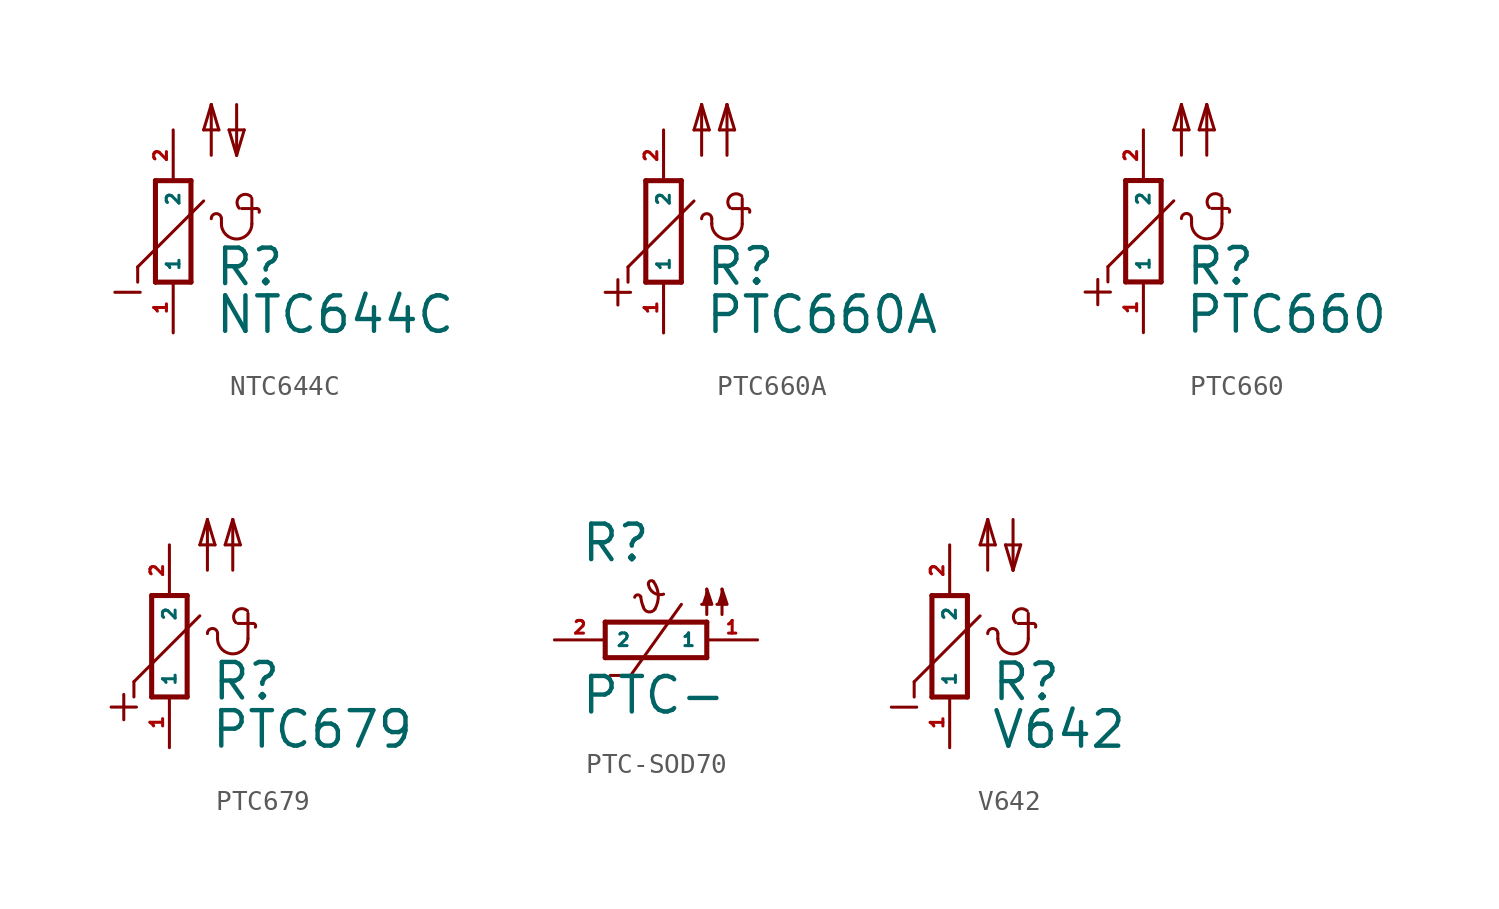
<source format=kicad_sym>
(kicad_symbol_lib
  (version 20220914)
  (generator kicad_symbol_editor)
  (symbol "NTC644C"
    (property "Reference" "R"
      (at 2.032 -2.819 0)
      (effects (font (size 1.778 1.778) (thickness 0.22)) (justify left bottom)))
    (property "Value" "NTC644C"
      (at 2.032 -5.207 0)
      (effects (font (size 1.778 1.778) (thickness 0.22)) (justify left bottom)))
    (symbol "NTC644C_1_1"
      (polyline (pts (xy -2.921 -3.048) (xy -1.651 -3.048)) (stroke (width 0.152) (type default)) (fill (type none)))
      (polyline (pts (xy -1.778 -1.778) (xy -1.778 -2.54)) (stroke (width 0.152) (type default)) (fill (type none)))
      (polyline (pts (xy -0.889 2.54) (xy -0.889 -2.54)) (stroke (width 0.254) (type default)) (fill (type none)))
      (polyline (pts (xy 0.889 -2.54) (xy -0.889 -2.54)) (stroke (width 0.254) (type default)) (fill (type none)))
      (polyline (pts (xy 0.889 -2.54) (xy 0.889 2.54)) (stroke (width 0.254) (type default)) (fill (type none)))
      (polyline (pts (xy 0.889 2.54) (xy -0.889 2.54)) (stroke (width 0.254) (type default)) (fill (type none)))
      (polyline (pts (xy 1.524 1.524) (xy -1.778 -1.778)) (stroke (width 0.152) (type default)) (fill (type none)))
      (polyline (pts (xy 1.524 5.08) (xy 1.905 6.35)) (stroke (width 0.152) (type default)) (fill (type none)))
      (polyline (pts (xy 1.905 3.81) (xy 1.905 6.35)) (stroke (width 0.152) (type default)) (fill (type none)))
      (polyline (pts (xy 1.905 6.35) (xy 2.286 5.08)) (stroke (width 0.152) (type default)) (fill (type none)))
      (polyline (pts (xy 2.286 5.08) (xy 1.524 5.08)) (stroke (width 0.152) (type default)) (fill (type none)))
      (polyline (pts (xy 2.413 0.381) (xy 2.413 0.635)) (stroke (width 0.152) (type default)) (fill (type none)))
      (polyline (pts (xy 2.794 5.08) (xy 3.175 3.81)) (stroke (width 0.152) (type default)) (fill (type none)))
      (polyline (pts (xy 3.175 3.81) (xy 3.556 5.08)) (stroke (width 0.152) (type default)) (fill (type none)))
      (polyline (pts (xy 3.175 6.35) (xy 3.175 3.81)) (stroke (width 0.152) (type default)) (fill (type none)))
      (polyline (pts (xy 3.429 1.143) (xy 4.191 1.143)) (stroke (width 0.152) (type default)) (fill (type none)))
      (polyline (pts (xy 3.556 5.08) (xy 2.794 5.08)) (stroke (width 0.152) (type default)) (fill (type none)))
      (polyline (pts (xy 3.937 0.381) (xy 3.937 1.651)) (stroke (width 0.152) (type default)) (fill (type none)))
      (arc (start 2.413 0.381) (mid 3.175 -0.3777) (end 3.937 0.381) (stroke (width 0.1524) (type default)) (fill (type none)))
      (arc (start 2.413 0.635) (mid 2.159 0.8879) (end 1.905 0.635) (stroke (width 0.1524) (type default)) (fill (type none)))
      (arc (start 3.8884 1.745) (mid 3.3172 1.7372) (end 3.3042 1.1608) (stroke (width 0.1524) (type default)) (fill (type none)))
      (arc (start 4.3047 0.9591) (mid 4.299 1.083) (end 4.191 1.143) (stroke (width 0.1524) (type default)) (fill (type none)))
      (pin passive line (at 0 -5.08 90) (length 2.54) (name "1" (effects (font (size 0.635 0.635)))) (number "1" (effects (font (size 0.635 0.635)))))
      (pin passive line (at 0 5.08 270) (length 2.54) (name "2" (effects (font (size 0.635 0.635)))) (number "2" (effects (font (size 0.635 0.635)))))))
  (symbol "PTC660A"
    (property "Reference" "R"
      (at 2.057 -2.794 0)
      (effects (font (size 1.778 1.778) (thickness 0.22)) (justify left bottom)))
    (property "Value" "PTC660A"
      (at 2.032 -5.207 0)
      (effects (font (size 1.778 1.778) (thickness 0.22)) (justify left bottom)))
    (symbol "PTC660A_1_1"
      (polyline (pts (xy -2.921 -3.048) (xy -1.651 -3.048)) (stroke (width 0.152) (type default)) (fill (type none)))
      (polyline (pts (xy -2.286 -2.413) (xy -2.286 -3.683)) (stroke (width 0.152) (type default)) (fill (type none)))
      (polyline (pts (xy -1.778 -1.778) (xy -1.778 -2.54)) (stroke (width 0.152) (type default)) (fill (type none)))
      (polyline (pts (xy -0.889 2.54) (xy -0.889 -2.54)) (stroke (width 0.254) (type default)) (fill (type none)))
      (polyline (pts (xy 0.889 -2.54) (xy -0.889 -2.54)) (stroke (width 0.254) (type default)) (fill (type none)))
      (polyline (pts (xy 0.889 -2.54) (xy 0.889 2.54)) (stroke (width 0.254) (type default)) (fill (type none)))
      (polyline (pts (xy 0.889 2.54) (xy -0.889 2.54)) (stroke (width 0.254) (type default)) (fill (type none)))
      (polyline (pts (xy 1.524 1.524) (xy -1.778 -1.778)) (stroke (width 0.152) (type default)) (fill (type none)))
      (polyline (pts (xy 1.524 5.08) (xy 2.286 5.08)) (stroke (width 0.152) (type default)) (fill (type none)))
      (polyline (pts (xy 1.905 3.81) (xy 1.905 6.35)) (stroke (width 0.152) (type default)) (fill (type none)))
      (polyline (pts (xy 1.905 6.35) (xy 1.524 5.08)) (stroke (width 0.152) (type default)) (fill (type none)))
      (polyline (pts (xy 2.286 5.08) (xy 1.905 6.35)) (stroke (width 0.152) (type default)) (fill (type none)))
      (polyline (pts (xy 2.413 0.381) (xy 2.413 0.635)) (stroke (width 0.152) (type default)) (fill (type none)))
      (polyline (pts (xy 2.794 5.08) (xy 3.175 6.35)) (stroke (width 0.152) (type default)) (fill (type none)))
      (polyline (pts (xy 3.175 3.81) (xy 3.175 6.35)) (stroke (width 0.152) (type default)) (fill (type none)))
      (polyline (pts (xy 3.175 6.35) (xy 3.556 5.08)) (stroke (width 0.152) (type default)) (fill (type none)))
      (polyline (pts (xy 3.429 1.143) (xy 4.191 1.143)) (stroke (width 0.152) (type default)) (fill (type none)))
      (polyline (pts (xy 3.556 5.08) (xy 2.794 5.08)) (stroke (width 0.152) (type default)) (fill (type none)))
      (polyline (pts (xy 3.937 0.381) (xy 3.937 1.651)) (stroke (width 0.152) (type default)) (fill (type none)))
      (arc (start 2.413 0.381) (mid 3.175 -0.3777) (end 3.937 0.381) (stroke (width 0.1524) (type default)) (fill (type none)))
      (arc (start 2.413 0.635) (mid 2.159 0.8879) (end 1.905 0.635) (stroke (width 0.1524) (type default)) (fill (type none)))
      (arc (start 3.9138 1.7704) (mid 3.3426 1.7626) (end 3.3296 1.1862) (stroke (width 0.1524) (type default)) (fill (type none)))
      (arc (start 4.3047 0.9591) (mid 4.299 1.083) (end 4.191 1.143) (stroke (width 0.1524) (type default)) (fill (type none)))
      (pin passive line (at 0 -5.08 90) (length 2.54) (name "1" (effects (font (size 0.635 0.635)))) (number "1" (effects (font (size 0.635 0.635)))))
      (pin passive line (at 0 5.08 270) (length 2.54) (name "2" (effects (font (size 0.635 0.635)))) (number "2" (effects (font (size 0.635 0.635)))))))
  (symbol "PTC660"
    (property "Reference" "R"
      (at 2.057 -2.794 0)
      (effects (font (size 1.778 1.778) (thickness 0.22)) (justify left bottom)))
    (property "Value" "PTC660"
      (at 2.032 -5.207 0)
      (effects (font (size 1.778 1.778) (thickness 0.22)) (justify left bottom)))
    (symbol "PTC660_1_1"
      (polyline (pts (xy -2.921 -3.048) (xy -1.651 -3.048)) (stroke (width 0.152) (type default)) (fill (type none)))
      (polyline (pts (xy -2.286 -2.413) (xy -2.286 -3.683)) (stroke (width 0.152) (type default)) (fill (type none)))
      (polyline (pts (xy -1.778 -1.778) (xy -1.778 -2.54)) (stroke (width 0.152) (type default)) (fill (type none)))
      (polyline (pts (xy -0.889 2.54) (xy -0.889 -2.54)) (stroke (width 0.254) (type default)) (fill (type none)))
      (polyline (pts (xy 0.889 -2.54) (xy -0.889 -2.54)) (stroke (width 0.254) (type default)) (fill (type none)))
      (polyline (pts (xy 0.889 -2.54) (xy 0.889 2.54)) (stroke (width 0.254) (type default)) (fill (type none)))
      (polyline (pts (xy 0.889 2.54) (xy -0.889 2.54)) (stroke (width 0.254) (type default)) (fill (type none)))
      (polyline (pts (xy 1.524 1.524) (xy -1.778 -1.778)) (stroke (width 0.152) (type default)) (fill (type none)))
      (polyline (pts (xy 1.524 5.08) (xy 2.286 5.08)) (stroke (width 0.152) (type default)) (fill (type none)))
      (polyline (pts (xy 1.905 3.81) (xy 1.905 6.35)) (stroke (width 0.152) (type default)) (fill (type none)))
      (polyline (pts (xy 1.905 6.35) (xy 1.524 5.08)) (stroke (width 0.152) (type default)) (fill (type none)))
      (polyline (pts (xy 2.286 5.08) (xy 1.905 6.35)) (stroke (width 0.152) (type default)) (fill (type none)))
      (polyline (pts (xy 2.413 0.381) (xy 2.413 0.635)) (stroke (width 0.152) (type default)) (fill (type none)))
      (polyline (pts (xy 2.794 5.08) (xy 3.175 6.35)) (stroke (width 0.152) (type default)) (fill (type none)))
      (polyline (pts (xy 3.175 3.81) (xy 3.175 6.35)) (stroke (width 0.152) (type default)) (fill (type none)))
      (polyline (pts (xy 3.175 6.35) (xy 3.556 5.08)) (stroke (width 0.152) (type default)) (fill (type none)))
      (polyline (pts (xy 3.429 1.143) (xy 4.191 1.143)) (stroke (width 0.152) (type default)) (fill (type none)))
      (polyline (pts (xy 3.556 5.08) (xy 2.794 5.08)) (stroke (width 0.152) (type default)) (fill (type none)))
      (polyline (pts (xy 3.937 0.381) (xy 3.937 1.651)) (stroke (width 0.152) (type default)) (fill (type none)))
      (arc (start 2.413 0.381) (mid 3.175 -0.3777) (end 3.937 0.381) (stroke (width 0.1524) (type default)) (fill (type none)))
      (arc (start 2.413 0.635) (mid 2.159 0.8879) (end 1.905 0.635) (stroke (width 0.1524) (type default)) (fill (type none)))
      (arc (start 3.8884 1.7704) (mid 3.3172 1.7626) (end 3.3042 1.1862) (stroke (width 0.1524) (type default)) (fill (type none)))
      (arc (start 4.3047 0.9591) (mid 4.299 1.083) (end 4.191 1.143) (stroke (width 0.1524) (type default)) (fill (type none)))
      (pin passive line (at 0 -5.08 90) (length 2.54) (name "1" (effects (font (size 0.635 0.635)))) (number "1" (effects (font (size 0.635 0.635)))))
      (pin passive line (at 0 5.08 270) (length 2.54) (name "2" (effects (font (size 0.635 0.635)))) (number "2" (effects (font (size 0.635 0.635)))))))
  (symbol "PTC679"
    (property "Reference" "R"
      (at 2.057 -2.794 0)
      (effects (font (size 1.778 1.778) (thickness 0.22)) (justify left bottom)))
    (property "Value" "PTC679"
      (at 2.032 -5.207 0)
      (effects (font (size 1.778 1.778) (thickness 0.22)) (justify left bottom)))
    (symbol "PTC679_1_1"
      (polyline (pts (xy -2.921 -3.048) (xy -1.651 -3.048)) (stroke (width 0.152) (type default)) (fill (type none)))
      (polyline (pts (xy -2.286 -2.413) (xy -2.286 -3.683)) (stroke (width 0.152) (type default)) (fill (type none)))
      (polyline (pts (xy -1.778 -1.778) (xy -1.778 -2.54)) (stroke (width 0.152) (type default)) (fill (type none)))
      (polyline (pts (xy -0.889 2.54) (xy -0.889 -2.54)) (stroke (width 0.254) (type default)) (fill (type none)))
      (polyline (pts (xy 0.889 -2.54) (xy -0.889 -2.54)) (stroke (width 0.254) (type default)) (fill (type none)))
      (polyline (pts (xy 0.889 -2.54) (xy 0.889 2.54)) (stroke (width 0.254) (type default)) (fill (type none)))
      (polyline (pts (xy 0.889 2.54) (xy -0.889 2.54)) (stroke (width 0.254) (type default)) (fill (type none)))
      (polyline (pts (xy 1.524 1.524) (xy -1.778 -1.778)) (stroke (width 0.152) (type default)) (fill (type none)))
      (polyline (pts (xy 1.524 5.08) (xy 2.286 5.08)) (stroke (width 0.152) (type default)) (fill (type none)))
      (polyline (pts (xy 1.905 3.81) (xy 1.905 6.35)) (stroke (width 0.152) (type default)) (fill (type none)))
      (polyline (pts (xy 1.905 6.35) (xy 1.524 5.08)) (stroke (width 0.152) (type default)) (fill (type none)))
      (polyline (pts (xy 2.286 5.08) (xy 1.905 6.35)) (stroke (width 0.152) (type default)) (fill (type none)))
      (polyline (pts (xy 2.413 0.381) (xy 2.413 0.635)) (stroke (width 0.152) (type default)) (fill (type none)))
      (polyline (pts (xy 2.794 5.08) (xy 3.175 6.35)) (stroke (width 0.152) (type default)) (fill (type none)))
      (polyline (pts (xy 3.175 3.81) (xy 3.175 6.35)) (stroke (width 0.152) (type default)) (fill (type none)))
      (polyline (pts (xy 3.175 6.35) (xy 3.556 5.08)) (stroke (width 0.152) (type default)) (fill (type none)))
      (polyline (pts (xy 3.429 1.143) (xy 4.191 1.143)) (stroke (width 0.152) (type default)) (fill (type none)))
      (polyline (pts (xy 3.556 5.08) (xy 2.794 5.08)) (stroke (width 0.152) (type default)) (fill (type none)))
      (polyline (pts (xy 3.937 0.381) (xy 3.937 1.651)) (stroke (width 0.152) (type default)) (fill (type none)))
      (arc (start 2.413 0.381) (mid 3.175 -0.3777) (end 3.937 0.381) (stroke (width 0.1524) (type default)) (fill (type none)))
      (arc (start 2.413 0.635) (mid 2.159 0.8879) (end 1.905 0.635) (stroke (width 0.1524) (type default)) (fill (type none)))
      (arc (start 3.9138 1.7704) (mid 3.3426 1.7626) (end 3.3296 1.1862) (stroke (width 0.1524) (type default)) (fill (type none)))
      (arc (start 4.3047 0.9591) (mid 4.299 1.083) (end 4.191 1.143) (stroke (width 0.1524) (type default)) (fill (type none)))
      (pin passive line (at 0 -5.08 90) (length 2.54) (name "1" (effects (font (size 0.635 0.635)))) (number "1" (effects (font (size 0.635 0.635)))))
      (pin passive line (at 0 5.08 270) (length 2.54) (name "2" (effects (font (size 0.635 0.635)))) (number "2" (effects (font (size 0.635 0.635)))))))
  (symbol "PTC-SOD70"
    (property "Reference" "R"
      (at -3.81 3.81 0)
      (effects (font (size 1.778 1.778) (thickness 0.22)) (justify left bottom)))
    (property "Value" "PTC-"
      (at -3.81 -3.81 0)
      (effects (font (size 1.778 1.778) (thickness 0.22)) (justify left bottom)))
    (symbol "PTC-SOD70_1_1"
      (arc (start -0.762 2.159) (mid -0.924 2.256) (end -1.0668 2.1336) (stroke (width 0.1524) (type default)) (fill (type none)))
      (arc (start -0.762 2.159) (mid -0.717 1.9) (end -0.635 1.651) (stroke (width 0.1524) (type default)) (fill (type none)))
      (arc (start -0.635 1.651) (mid -0.377 1.404) (end -0.0508 1.5494) (stroke (width 0.1524) (type default)) (fill (type none)))
      (arc (start -0.381 2.794) (mid -0.119 2.362) (end 0.381 2.286) (stroke (width 0.1524) (type default)) (fill (type none)))
      (arc (start -0.127 2.921) (mid -0.298 2.946) (end -0.381 2.794) (stroke (width 0.1524) (type default)) (fill (type none)))
      (arc (start -0.0508 1.5494) (mid 0.113 2.246) (end -0.127 2.921) (stroke (width 0.1524) (type default)) (fill (type none)))
      (polyline (pts (xy -2.54 -0.889) (xy 2.54 -0.889)) (stroke (width 0.254) (type default)) (fill (type none)))
      (polyline (pts (xy -2.54 0.889) (xy -2.54 -0.889)) (stroke (width 0.254) (type default)) (fill (type none)))
      (polyline (pts (xy -1.27 -1.778) (xy -2.286 -1.778)) (stroke (width 0.152) (type default)) (fill (type none)))
      (polyline (pts (xy 1.27 1.778) (xy -1.27 -1.778)) (stroke (width 0.152) (type default)) (fill (type none)))
      (polyline (pts (xy 2.54 0.889) (xy -2.54 0.889)) (stroke (width 0.254) (type default)) (fill (type none)))
      (polyline (pts (xy 2.54 0.889) (xy 2.54 -0.889)) (stroke (width 0.254) (type default)) (fill (type none)))
      (polyline (pts (xy 2.54 2.54) (xy 2.54 1.27)) (stroke (width 0.152) (type default)) (fill (type none)))
      (polyline (pts (xy 3.302 2.54) (xy 3.302 1.27)) (stroke (width 0.152) (type default)) (fill (type none)))
      (polyline (pts (xy 2.54 2.54) (xy 2.794 1.778) (xy 2.286 1.778)) (stroke (width 0.152) (type default)) (fill (type outline)))
      (polyline (pts (xy 3.302 2.54) (xy 3.556 1.778) (xy 3.048 1.778)) (stroke (width 0.152) (type default)) (fill (type outline)))
      (pin passive line (at 5.08 0 180) (length 2.54) (name "1" (effects (font (size 0.635 0.635)))) (number "1" (effects (font (size 0.635 0.635)))))
      (pin passive line (at -5.08 0 0) (length 2.54) (name "2" (effects (font (size 0.635 0.635)))) (number "2" (effects (font (size 0.635 0.635)))))))
  (symbol "V642"
    (property "Reference" "R"
      (at 2.032 -2.819 0)
      (effects (font (size 1.778 1.778) (thickness 0.22)) (justify left bottom)))
    (property "Value" "V642"
      (at 2.032 -5.207 0)
      (effects (font (size 1.778 1.778) (thickness 0.22)) (justify left bottom)))
    (symbol "V642_1_1"
      (polyline (pts (xy -2.921 -3.048) (xy -1.651 -3.048)) (stroke (width 0.152) (type default)) (fill (type none)))
      (polyline (pts (xy -1.778 -1.778) (xy -1.778 -2.54)) (stroke (width 0.152) (type default)) (fill (type none)))
      (polyline (pts (xy -0.889 2.54) (xy -0.889 -2.54)) (stroke (width 0.254) (type default)) (fill (type none)))
      (polyline (pts (xy 0.889 -2.54) (xy -0.889 -2.54)) (stroke (width 0.254) (type default)) (fill (type none)))
      (polyline (pts (xy 0.889 -2.54) (xy 0.889 2.54)) (stroke (width 0.254) (type default)) (fill (type none)))
      (polyline (pts (xy 0.889 2.54) (xy -0.889 2.54)) (stroke (width 0.254) (type default)) (fill (type none)))
      (polyline (pts (xy 1.524 1.524) (xy -1.778 -1.778)) (stroke (width 0.152) (type default)) (fill (type none)))
      (polyline (pts (xy 1.524 5.08) (xy 1.905 6.35)) (stroke (width 0.152) (type default)) (fill (type none)))
      (polyline (pts (xy 1.905 3.81) (xy 1.905 6.35)) (stroke (width 0.152) (type default)) (fill (type none)))
      (polyline (pts (xy 1.905 6.35) (xy 2.286 5.08)) (stroke (width 0.152) (type default)) (fill (type none)))
      (polyline (pts (xy 2.286 5.08) (xy 1.524 5.08)) (stroke (width 0.152) (type default)) (fill (type none)))
      (polyline (pts (xy 2.413 0.381) (xy 2.413 0.635)) (stroke (width 0.152) (type default)) (fill (type none)))
      (polyline (pts (xy 2.794 5.08) (xy 3.175 3.81)) (stroke (width 0.152) (type default)) (fill (type none)))
      (polyline (pts (xy 3.175 3.81) (xy 3.556 5.08)) (stroke (width 0.152) (type default)) (fill (type none)))
      (polyline (pts (xy 3.175 6.35) (xy 3.175 3.81)) (stroke (width 0.152) (type default)) (fill (type none)))
      (polyline (pts (xy 3.429 1.143) (xy 4.191 1.143)) (stroke (width 0.152) (type default)) (fill (type none)))
      (polyline (pts (xy 3.556 5.08) (xy 2.794 5.08)) (stroke (width 0.152) (type default)) (fill (type none)))
      (polyline (pts (xy 3.937 0.381) (xy 3.937 1.651)) (stroke (width 0.152) (type default)) (fill (type none)))
      (arc (start 2.413 0.381) (mid 3.175 -0.3777) (end 3.937 0.381) (stroke (width 0.1524) (type default)) (fill (type none)))
      (arc (start 2.413 0.635) (mid 2.159 0.8879) (end 1.905 0.635) (stroke (width 0.1524) (type default)) (fill (type none)))
      (arc (start 3.8884 1.7704) (mid 3.3172 1.7626) (end 3.3042 1.1862) (stroke (width 0.1524) (type default)) (fill (type none)))
      (arc (start 4.3047 0.9591) (mid 4.299 1.083) (end 4.191 1.143) (stroke (width 0.1524) (type default)) (fill (type none)))
      (pin passive line (at 0 -5.08 90) (length 2.54) (name "1" (effects (font (size 0.635 0.635)))) (number "1" (effects (font (size 0.635 0.635)))))
      (pin passive line (at 0 5.08 270) (length 2.54) (name "2" (effects (font (size 0.635 0.635)))) (number "2" (effects (font (size 0.635 0.635))))))))
</source>
